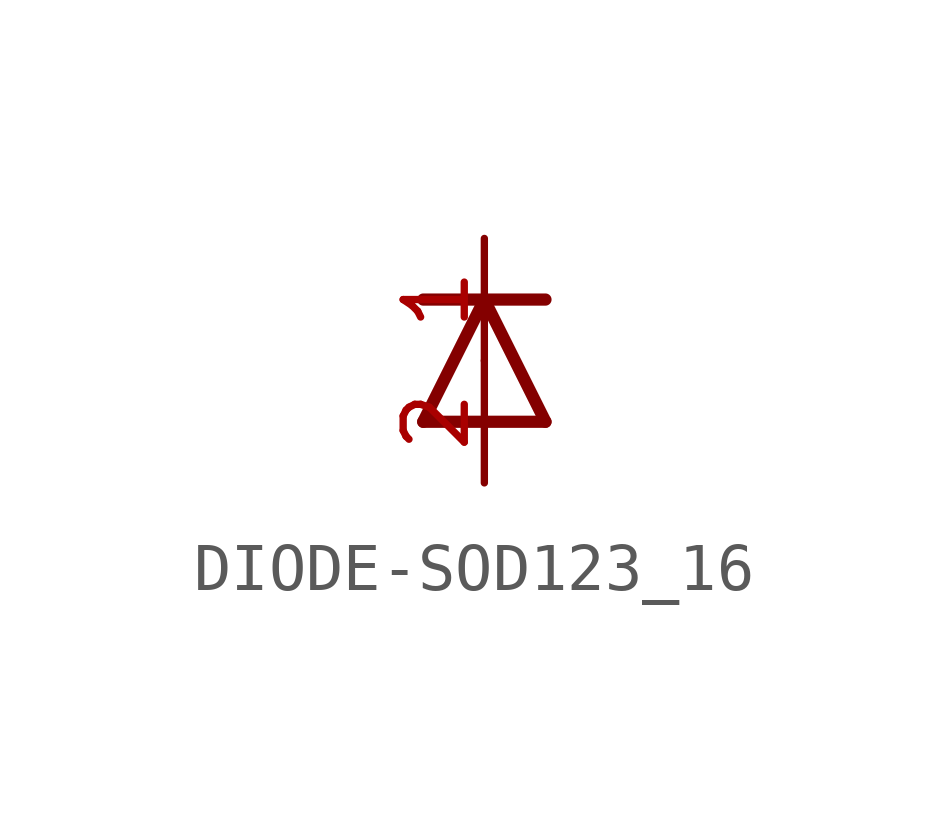
<source format=kicad_sym>
(kicad_symbol_lib
  (version 20231120)
  (generator "kicad_symbol_editor")
  (generator_version "8.0")
  (symbol "DIODE-SOD123_16"
    (property "Reference" "D"
      (at 0 0 0)
      (effects (font (size 1.27 1.27)) (hide yes)))
    (property "ki_locked" ""
      (at 0 0 0)
      (effects (font (size 1.27 1.27))))
    (symbol "DIODE-SOD123_16_1_0"
      (polyline (pts (xy -1.27 -1.27) (xy 1.27 -1.27)) (stroke (width 0.254) (type solid)) (fill (type none)))
      (polyline (pts (xy -1.27 1.27) (xy 0 1.27)) (stroke (width 0.254) (type solid)) (fill (type none)))
      (polyline (pts (xy 0 1.27) (xy -1.27 -1.27)) (stroke (width 0.254) (type solid)) (fill (type none)))
      (polyline (pts (xy 0 1.27) (xy 1.27 1.27)) (stroke (width 0.254) (type solid)) (fill (type none)))
      (polyline (pts (xy 1.27 -1.27) (xy 0 1.27)) (stroke (width 0.254) (type solid)) (fill (type none)))
      (pin passive line (at 0 2.54 270) (length 2.54) (name "C" (effects (font (size 0 0)))) (number "1" (effects (font (size 1.27 1.27)))))
      (pin passive line (at 0 -2.54 90) (length 2.54) (name "A" (effects (font (size 0 0)))) (number "2" (effects (font (size 1.27 1.27))))))))
</source>
